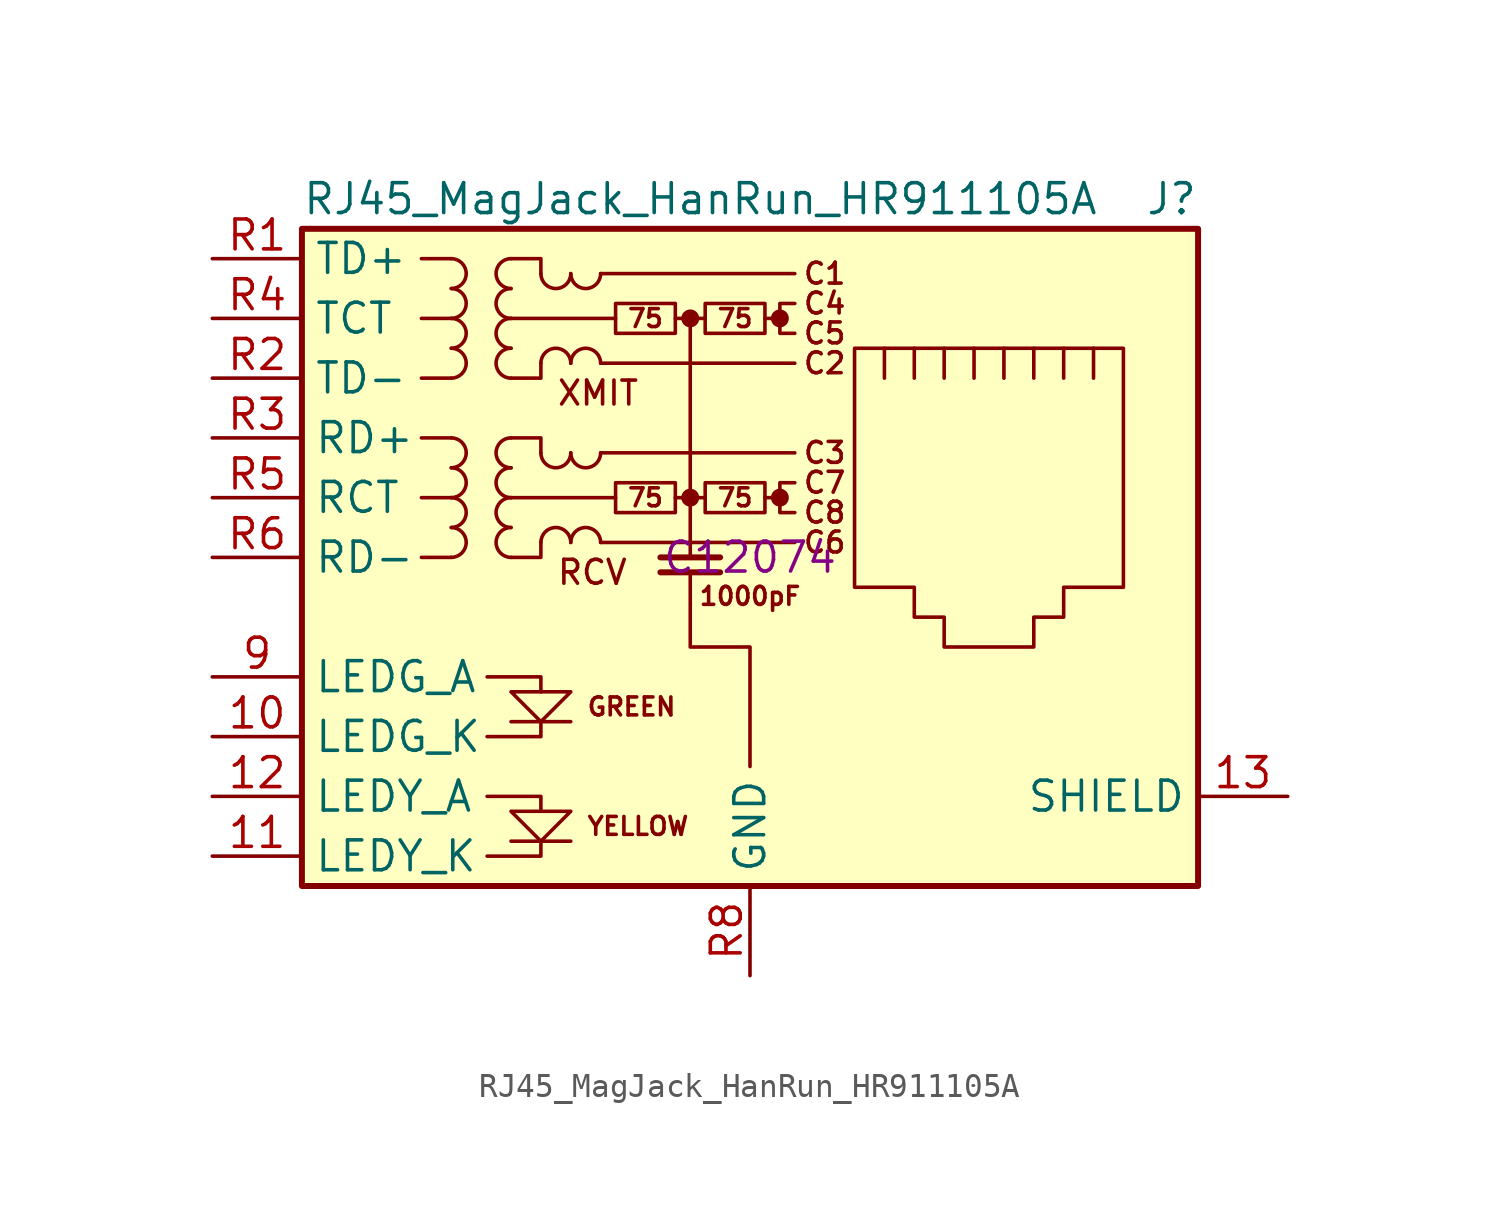
<source format=kicad_sym>
(kicad_symbol_lib
  (version 20211014)
  (generator kicad_symbol_editor)
  (symbol "RJ45_MagJack_HanRun_HR911105A"
    (property "Reference" "J"
      (at 19.05 15.24 0)
      (effects (font (size 1.27 1.27)) (justify right)))
    (property "Value" "RJ45_MagJack_HanRun_HR911105A"
      (at -19.05 15.24 0)
      (effects (font (size 1.27 1.27)) (justify left)))
    (property "lcsc" "C12074"
      (at 0 0 0)
      (effects (font (size 1.27 1.27))))
    (symbol "RJ45_MagJack_HanRun_HR911105A_0_0"
      (circle (center -2.54 2.54) (radius 0.254) (stroke (width 0.254) (type default) (color 0 0 0 0)) (fill (type outline)))
      (circle (center -2.54 10.16) (radius 0.254) (stroke (width 0.254) (type default) (color 0 0 0 0)) (fill (type outline)))
      (polyline (pts (xy -7.62 -12.065) (xy -10.16 -12.065)) (stroke (width 0) (type default) (color 0 0 0 0)) (fill (type none)))
      (polyline (pts (xy -7.62 -6.985) (xy -10.16 -6.985)) (stroke (width 0) (type default) (color 0 0 0 0)) (fill (type none)))
      (polyline (pts (xy -2.54 10.16) (xy -2.54 0)) (stroke (width 0) (type default) (color 0 0 0 0)) (fill (type none)))
      (polyline (pts (xy -1.27 -0.635) (xy -3.81 -0.635)) (stroke (width 0.254) (type default) (color 0 0 0 0)) (fill (type none)))
      (polyline (pts (xy -1.27 0) (xy -3.81 0)) (stroke (width 0.254) (type default) (color 0 0 0 0)) (fill (type none)))
      (polyline (pts (xy 1.27 2.54) (xy 0.635 2.54)) (stroke (width 0) (type default) (color 0 0 0 0)) (fill (type none)))
      (polyline (pts (xy 1.27 10.16) (xy 0.635 10.16)) (stroke (width 0) (type default) (color 0 0 0 0)) (fill (type none)))
      (polyline (pts (xy -11.176 -12.7) (xy -8.89 -12.7) (xy -8.89 -12.065)) (stroke (width 0) (type default) (color 0 0 0 0)) (fill (type none)))
      (polyline (pts (xy -11.176 -10.16) (xy -8.89 -10.16) (xy -8.89 -10.795)) (stroke (width 0) (type default) (color 0 0 0 0)) (fill (type none)))
      (polyline (pts (xy -11.176 -5.08) (xy -8.89 -5.08) (xy -8.89 -5.715)) (stroke (width 0) (type default) (color 0 0 0 0)) (fill (type none)))
      (polyline (pts (xy -8.89 -6.985) (xy -8.89 -7.62) (xy -11.176 -7.62)) (stroke (width 0) (type default) (color 0 0 0 0)) (fill (type none)))
      (polyline (pts (xy -10.16 -5.715) (xy -7.62 -5.715) (xy -8.89 -6.985) (xy -10.16 -5.715)) (stroke (width 0) (type default) (color 0 0 0 0)) (fill (type none)))
      (polyline (pts (xy -7.62 -10.795) (xy -10.16 -10.795) (xy -8.89 -12.065) (xy -7.62 -10.795)) (stroke (width 0) (type default) (color 0 0 0 0)) (fill (type none)))
      (polyline (pts (xy -2.54 -0.635) (xy -2.54 -3.81) (xy 0 -3.81) (xy 0 -8.89)) (stroke (width 0) (type default) (color 0 0 0 0)) (fill (type none)))
      (polyline (pts (xy 1.905 3.175) (xy 1.27 3.175) (xy 1.27 1.905) (xy 1.905 1.905)) (stroke (width 0) (type default) (color 0 0 0 0)) (fill (type none)))
      (polyline (pts (xy 1.905 10.795) (xy 1.27 10.795) (xy 1.27 9.525) (xy 1.905 9.525)) (stroke (width 0) (type default) (color 0 0 0 0)) (fill (type none)))
      (circle (center 1.27 2.54) (radius 0.254) (stroke (width 0.254) (type default) (color 0 0 0 0)) (fill (type outline)))
      (circle (center 1.27 10.16) (radius 0.254) (stroke (width 0.254) (type default) (color 0 0 0 0)) (fill (type outline)))
      (text "1000pF" (at 0 -1.651 0) (effects (font (size 0.762 0.762))))
      (text "75" (at -4.445 2.54 0) (effects (font (size 0.762 0.762))))
      (text "75" (at -4.445 10.16 0) (effects (font (size 0.762 0.762))))
      (text "75" (at -0.635 2.54 0) (effects (font (size 0.762 0.762))))
      (text "75" (at -0.635 10.16 0) (effects (font (size 0.762 0.762))))
      (text "C1" (at 3.175 12.065 0) (effects (font (size 0.889 0.889))))
      (text "C2" (at 3.175 8.255 0) (effects (font (size 0.889 0.889))))
      (text "C3" (at 3.175 4.445 0) (effects (font (size 0.889 0.889))))
      (text "C4" (at 3.175 10.795 0) (effects (font (size 0.889 0.889))))
      (text "C5" (at 3.175 9.525 0) (effects (font (size 0.889 0.889))))
      (text "C6" (at 3.175 0.635 0) (effects (font (size 0.889 0.889))))
      (text "C7" (at 3.175 3.175 0) (effects (font (size 0.889 0.889))))
      (text "C8" (at 3.175 1.905 0) (effects (font (size 0.889 0.889))))
      (text "GREEN" (at -6.985 -6.35 0) (effects (font (size 0.762 0.762)) (justify left)))
      (text "RCV" (at -8.255 -0.635 0) (effects (font (size 1.016 1.016)) (justify left)))
      (text "XMIT" (at -8.255 6.985 0) (effects (font (size 1.016 1.016)) (justify left)))
      (text "YELLOW" (at -6.985 -11.43 0) (effects (font (size 0.762 0.762)) (justify left))))
    (symbol "RJ45_MagJack_HanRun_HR911105A_0_1"
      (rectangle (start -19.05 -13.97) (end 19.05 13.97) (stroke (width 0.254) (type default) (color 0 0 0 0)) (fill (type background)))
      (arc (start -12.7 0) (mid -12.065 0.635) (end -12.7 1.27) (stroke (width 0) (type default) (color 0 0 0 0)) (fill (type none)))
      (arc (start -12.7 1.27) (mid -12.065 1.905) (end -12.7 2.54) (stroke (width 0) (type default) (color 0 0 0 0)) (fill (type none)))
      (arc (start -12.7 2.54) (mid -12.065 3.175) (end -12.7 3.81) (stroke (width 0) (type default) (color 0 0 0 0)) (fill (type none)))
      (arc (start -12.7 3.81) (mid -12.065 4.445) (end -12.7 5.08) (stroke (width 0) (type default) (color 0 0 0 0)) (fill (type none)))
      (arc (start -12.7 7.62) (mid -12.065 8.255) (end -12.7 8.89) (stroke (width 0) (type default) (color 0 0 0 0)) (fill (type none)))
      (arc (start -12.7 8.89) (mid -12.065 9.525) (end -12.7 10.16) (stroke (width 0) (type default) (color 0 0 0 0)) (fill (type none)))
      (arc (start -12.7 10.16) (mid -12.065 10.795) (end -12.7 11.43) (stroke (width 0) (type default) (color 0 0 0 0)) (fill (type none)))
      (arc (start -12.7 11.43) (mid -12.065 12.065) (end -12.7 12.7) (stroke (width 0) (type default) (color 0 0 0 0)) (fill (type none)))
      (arc (start -10.16 1.27) (mid -10.795 0.635) (end -10.16 0) (stroke (width 0) (type default) (color 0 0 0 0)) (fill (type none)))
      (arc (start -10.16 2.54) (mid -10.795 1.905) (end -10.16 1.27) (stroke (width 0) (type default) (color 0 0 0 0)) (fill (type none)))
      (arc (start -10.16 3.81) (mid -10.795 3.175) (end -10.16 2.54) (stroke (width 0) (type default) (color 0 0 0 0)) (fill (type none)))
      (arc (start -10.16 5.08) (mid -10.795 4.445) (end -10.16 3.81) (stroke (width 0) (type default) (color 0 0 0 0)) (fill (type none)))
      (arc (start -10.16 8.89) (mid -10.795 8.255) (end -10.16 7.62) (stroke (width 0) (type default) (color 0 0 0 0)) (fill (type none)))
      (arc (start -10.16 10.16) (mid -10.795 9.525) (end -10.16 8.89) (stroke (width 0) (type default) (color 0 0 0 0)) (fill (type none)))
      (arc (start -10.16 11.43) (mid -10.795 10.795) (end -10.16 10.16) (stroke (width 0) (type default) (color 0 0 0 0)) (fill (type none)))
      (arc (start -10.16 12.7) (mid -10.795 12.065) (end -10.16 11.43) (stroke (width 0) (type default) (color 0 0 0 0)) (fill (type none)))
      (arc (start -8.89 4.445) (mid -8.255 3.81) (end -7.62 4.445) (stroke (width 0) (type default) (color 0 0 0 0)) (fill (type none)))
      (arc (start -8.89 12.065) (mid -8.255 11.43) (end -7.62 12.065) (stroke (width 0) (type default) (color 0 0 0 0)) (fill (type none)))
      (arc (start -7.62 0.635) (mid -8.255 1.27) (end -8.89 0.635) (stroke (width 0) (type default) (color 0 0 0 0)) (fill (type none)))
      (arc (start -7.62 4.445) (mid -6.985 3.81) (end -6.35 4.445) (stroke (width 0) (type default) (color 0 0 0 0)) (fill (type none)))
      (arc (start -7.62 8.255) (mid -8.255 8.89) (end -8.89 8.255) (stroke (width 0) (type default) (color 0 0 0 0)) (fill (type none)))
      (arc (start -7.62 12.065) (mid -6.985 11.43) (end -6.35 12.065) (stroke (width 0) (type default) (color 0 0 0 0)) (fill (type none)))
      (arc (start -6.35 0.635) (mid -6.985 1.27) (end -7.62 0.635) (stroke (width 0) (type default) (color 0 0 0 0)) (fill (type none)))
      (arc (start -6.35 8.255) (mid -6.985 8.89) (end -7.62 8.255) (stroke (width 0) (type default) (color 0 0 0 0)) (fill (type none)))
      (rectangle (start -5.715 3.175) (end -3.175 1.905) (stroke (width 0) (type default) (color 0 0 0 0)) (fill (type none)))
      (rectangle (start -5.715 10.795) (end -3.175 9.525) (stroke (width 0) (type default) (color 0 0 0 0)) (fill (type none)))
      (rectangle (start -1.905 3.175) (end 0.635 1.905) (stroke (width 0) (type default) (color 0 0 0 0)) (fill (type none)))
      (rectangle (start -1.905 10.795) (end 0.635 9.525) (stroke (width 0) (type default) (color 0 0 0 0)) (fill (type none)))
      (polyline (pts (xy -12.7 0) (xy -13.97 0)) (stroke (width 0) (type default) (color 0 0 0 0)) (fill (type none)))
      (polyline (pts (xy -12.7 2.54) (xy -13.97 2.54)) (stroke (width 0) (type default) (color 0 0 0 0)) (fill (type none)))
      (polyline (pts (xy -12.7 5.08) (xy -13.97 5.08)) (stroke (width 0) (type default) (color 0 0 0 0)) (fill (type none)))
      (polyline (pts (xy -12.7 7.62) (xy -13.97 7.62)) (stroke (width 0) (type default) (color 0 0 0 0)) (fill (type none)))
      (polyline (pts (xy -12.7 10.16) (xy -13.97 10.16)) (stroke (width 0) (type default) (color 0 0 0 0)) (fill (type none)))
      (polyline (pts (xy -12.7 12.7) (xy -13.97 12.7)) (stroke (width 0) (type default) (color 0 0 0 0)) (fill (type none)))
      (polyline (pts (xy -6.35 0.635) (xy 1.905 0.635)) (stroke (width 0) (type default) (color 0 0 0 0)) (fill (type none)))
      (polyline (pts (xy -6.35 4.445) (xy 1.905 4.445)) (stroke (width 0) (type default) (color 0 0 0 0)) (fill (type none)))
      (polyline (pts (xy -6.35 8.255) (xy 1.905 8.255)) (stroke (width 0) (type default) (color 0 0 0 0)) (fill (type none)))
      (polyline (pts (xy -6.35 12.065) (xy 1.905 12.065)) (stroke (width 0) (type default) (color 0 0 0 0)) (fill (type none)))
      (polyline (pts (xy -5.715 2.54) (xy -10.16 2.54)) (stroke (width 0) (type default) (color 0 0 0 0)) (fill (type none)))
      (polyline (pts (xy -5.715 10.16) (xy -10.16 10.16)) (stroke (width 0) (type default) (color 0 0 0 0)) (fill (type none)))
      (polyline (pts (xy -3.175 2.54) (xy -1.905 2.54)) (stroke (width 0) (type default) (color 0 0 0 0)) (fill (type none)))
      (polyline (pts (xy -3.175 10.16) (xy -1.905 10.16)) (stroke (width 0) (type default) (color 0 0 0 0)) (fill (type none)))
      (polyline (pts (xy 5.715 7.62) (xy 5.715 8.89)) (stroke (width 0) (type default) (color 0 0 0 0)) (fill (type none)))
      (polyline (pts (xy 6.985 8.89) (xy 6.985 7.62)) (stroke (width 0) (type default) (color 0 0 0 0)) (fill (type none)))
      (polyline (pts (xy 8.255 8.89) (xy 8.255 7.62)) (stroke (width 0) (type default) (color 0 0 0 0)) (fill (type none)))
      (polyline (pts (xy 9.525 8.89) (xy 9.525 7.62)) (stroke (width 0) (type default) (color 0 0 0 0)) (fill (type none)))
      (polyline (pts (xy 10.795 8.89) (xy 10.795 7.62)) (stroke (width 0) (type default) (color 0 0 0 0)) (fill (type none)))
      (polyline (pts (xy 12.065 8.89) (xy 12.065 7.62)) (stroke (width 0) (type default) (color 0 0 0 0)) (fill (type none)))
      (polyline (pts (xy 13.335 7.62) (xy 13.335 8.89)) (stroke (width 0) (type default) (color 0 0 0 0)) (fill (type none)))
      (polyline (pts (xy 14.605 7.62) (xy 14.605 8.89)) (stroke (width 0) (type default) (color 0 0 0 0)) (fill (type none)))
      (polyline (pts (xy -10.16 5.08) (xy -8.89 5.08) (xy -8.89 4.445)) (stroke (width 0) (type default) (color 0 0 0 0)) (fill (type none)))
      (polyline (pts (xy -10.16 12.7) (xy -8.89 12.7) (xy -8.89 12.065)) (stroke (width 0) (type default) (color 0 0 0 0)) (fill (type none)))
      (polyline (pts (xy -8.89 0.635) (xy -8.89 0) (xy -10.16 0)) (stroke (width 0) (type default) (color 0 0 0 0)) (fill (type none)))
      (polyline (pts (xy -8.89 8.255) (xy -8.89 7.62) (xy -10.16 7.62)) (stroke (width 0) (type default) (color 0 0 0 0)) (fill (type none)))
      (polyline (pts (xy 4.445 8.89) (xy 15.875 8.89) (xy 15.875 -1.27) (xy 13.335 -1.27) (xy 13.335 -2.54) (xy 12.065 -2.54) (xy 12.065 -3.81) (xy 8.255 -3.81) (xy 8.255 -2.54) (xy 6.985 -2.54) (xy 6.985 -1.27) (xy 4.445 -1.27) (xy 4.445 8.89)) (stroke (width 0) (type default) (color 0 0 0 0)) (fill (type none))))
    (symbol "RJ45_MagJack_HanRun_HR911105A_1_1"
      (pin passive line (at -22.86 -7.62 0) (length 3.81) (name "LEDG_K" (effects (font (size 1.27 1.27)))) (number "10" (effects (font (size 1.27 1.27)))))
      (pin passive line (at -22.86 -12.7 0) (length 3.81) (name "LEDY_K" (effects (font (size 1.27 1.27)))) (number "11" (effects (font (size 1.27 1.27)))))
      (pin passive line (at -22.86 -10.16 0) (length 3.81) (name "LEDY_A" (effects (font (size 1.27 1.27)))) (number "12" (effects (font (size 1.27 1.27)))))
      (pin passive line (at 22.86 -10.16 180) (length 3.81) (name "SHIELD" (effects (font (size 1.27 1.27)))) (number "13" (effects (font (size 1.27 1.27)))))
      (pin passive line (at -22.86 -5.08 0) (length 3.81) (name "LEDG_A" (effects (font (size 1.27 1.27)))) (number "9" (effects (font (size 1.27 1.27)))))
      (pin passive line (at -22.86 12.7 0) (length 3.81) (name "TD+" (effects (font (size 1.27 1.27)))) (number "R1" (effects (font (size 1.27 1.27)))))
      (pin passive line (at -22.86 7.62 0) (length 3.81) (name "TD-" (effects (font (size 1.27 1.27)))) (number "R2" (effects (font (size 1.27 1.27)))))
      (pin passive line (at -22.86 5.08 0) (length 3.81) (name "RD+" (effects (font (size 1.27 1.27)))) (number "R3" (effects (font (size 1.27 1.27)))))
      (pin passive line (at -22.86 10.16 0) (length 3.81) (name "TCT" (effects (font (size 1.27 1.27)))) (number "R4" (effects (font (size 1.27 1.27)))))
      (pin passive line (at -22.86 2.54 0) (length 3.81) (name "RCT" (effects (font (size 1.27 1.27)))) (number "R5" (effects (font (size 1.27 1.27)))))
      (pin passive line (at -22.86 0 0) (length 3.81) (name "RD-" (effects (font (size 1.27 1.27)))) (number "R6" (effects (font (size 1.27 1.27)))))
      (pin no_connect line (at 5.08 -5.08 0) (length 0) hide (name "NC" (effects (font (size 1.27 1.27)))) (number "R7" (effects (font (size 1.27 1.27)))))
      (pin power_in line (at 0 -17.78 90) (length 3.81) (name "GND" (effects (font (size 1.27 1.27)))) (number "R8" (effects (font (size 1.27 1.27))))))))
</source>
